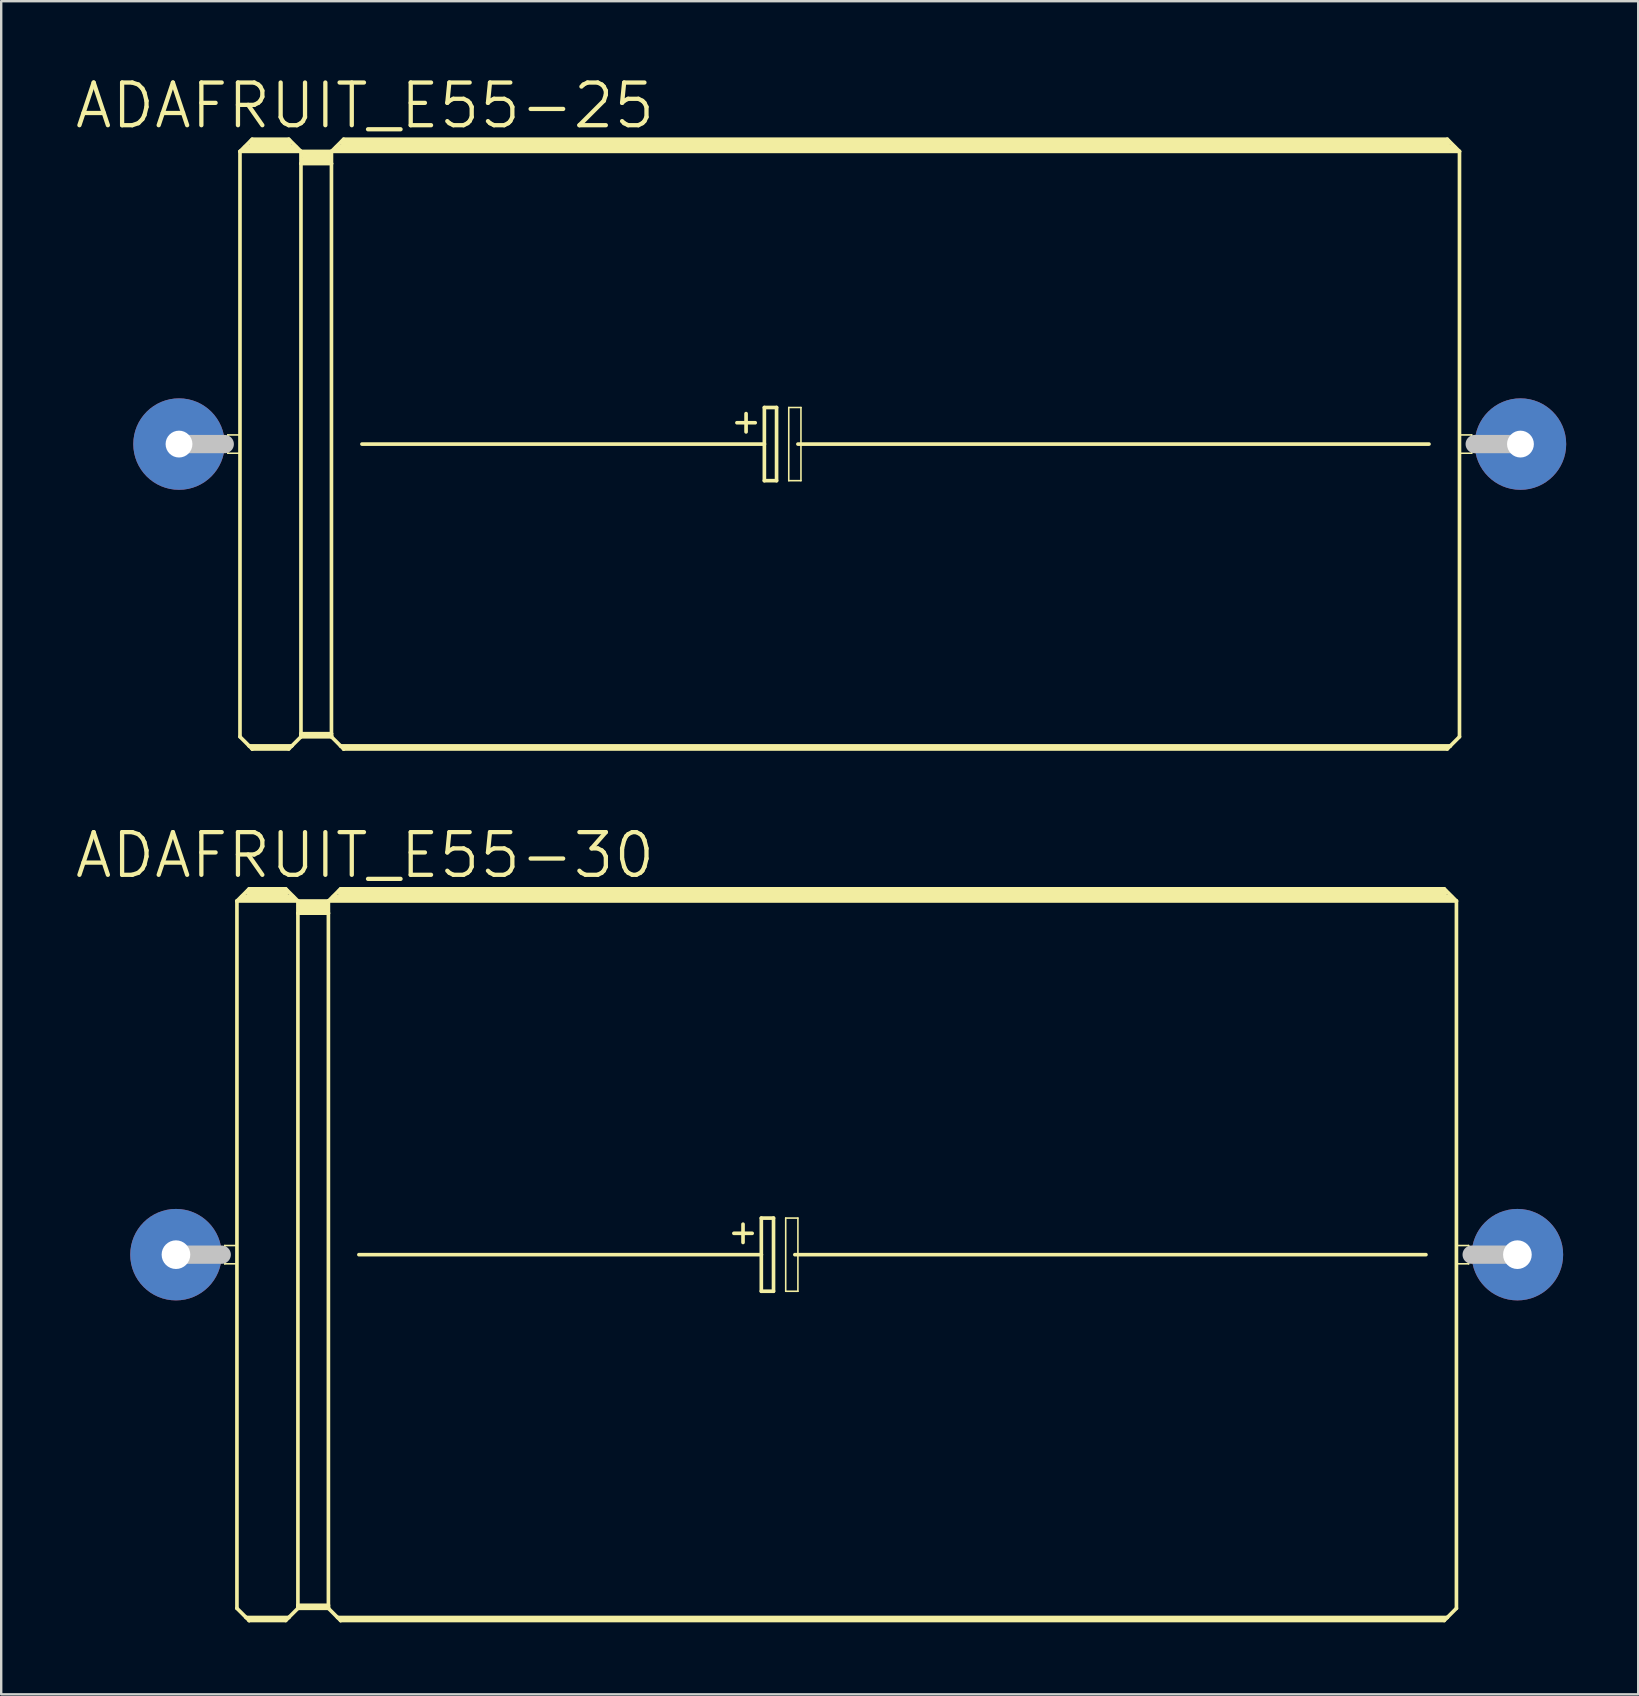
<source format=kicad_pcb>
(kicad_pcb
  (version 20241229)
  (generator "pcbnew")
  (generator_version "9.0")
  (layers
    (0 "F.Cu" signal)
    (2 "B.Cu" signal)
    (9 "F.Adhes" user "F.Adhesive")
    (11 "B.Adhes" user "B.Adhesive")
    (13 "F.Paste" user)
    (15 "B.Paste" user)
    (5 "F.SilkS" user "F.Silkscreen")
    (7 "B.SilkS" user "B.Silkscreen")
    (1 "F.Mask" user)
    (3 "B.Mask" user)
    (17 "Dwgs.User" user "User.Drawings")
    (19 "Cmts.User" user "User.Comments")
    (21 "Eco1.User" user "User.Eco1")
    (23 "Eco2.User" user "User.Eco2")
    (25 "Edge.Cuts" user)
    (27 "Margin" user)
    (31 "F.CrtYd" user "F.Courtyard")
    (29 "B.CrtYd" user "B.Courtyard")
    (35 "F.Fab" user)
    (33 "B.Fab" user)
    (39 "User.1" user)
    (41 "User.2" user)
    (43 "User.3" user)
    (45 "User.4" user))
  (footprint "ADAFRUIT_E55-25"
    (layer "F.Cu")
    (at 32.347 15.449)
    (property "Reference" "ADAFRUIT_E55-25" (at -20.193 -14.097 0) (layer "F.SilkS") (effects (font (size 1.778 1.778) (thickness 0.178))))
    (attr exclude_from_pos_files exclude_from_bom)
    (fp_line (start -25.908 -0.381) (end -25.4 -0.381) (stroke (width 0.066) (type solid)) (layer "F.SilkS"))
    (fp_line (start -25.908 0.381) (end -25.908 -0.381) (stroke (width 0.066) (type solid)) (layer "F.SilkS"))
    (fp_line (start -25.908 0.381) (end -25.4 0.381) (stroke (width 0.066) (type solid)) (layer "F.SilkS"))
    (fp_line (start -25.4 -12.192) (end -25.4 12.192) (stroke (width 0.152) (type solid)) (layer "F.SilkS"))
    (fp_line (start -25.4 -12.192) (end -24.892 -12.7) (stroke (width 0.152) (type solid)) (layer "F.SilkS"))
    (fp_line (start -25.4 -12.192) (end -22.86 -12.192) (stroke (width 0.152) (type solid)) (layer "F.SilkS"))
    (fp_line (start -25.4 0.381) (end -25.4 -0.381) (stroke (width 0.066) (type solid)) (layer "F.SilkS"))
    (fp_line (start -25.4 12.192) (end -25.019 12.573) (stroke (width 0.152) (type solid)) (layer "F.SilkS"))
    (fp_line (start -25.146 -12.319) (end -23.114 -12.319) (stroke (width 0.305) (type solid)) (layer "F.SilkS"))
    (fp_line (start -25.019 12.573) (end -24.892 12.7) (stroke (width 0.152) (type solid)) (layer "F.SilkS"))
    (fp_line (start -25.019 12.573) (end -23.241 12.573) (stroke (width 0.152) (type solid)) (layer "F.SilkS"))
    (fp_line (start -24.892 -12.7) (end -23.368 -12.7) (stroke (width 0.152) (type solid)) (layer "F.SilkS"))
    (fp_line (start -24.892 -12.573) (end -23.368 -12.573) (stroke (width 0.305) (type solid)) (layer "F.SilkS"))
    (fp_line (start -24.892 12.649) (end -23.368 12.649) (stroke (width 0.152) (type solid)) (layer "F.SilkS"))
    (fp_line (start -24.892 12.7) (end -24.892 12.649) (stroke (width 0.152) (type solid)) (layer "F.SilkS"))
    (fp_line (start -24.892 12.7) (end -23.368 12.7) (stroke (width 0.152) (type solid)) (layer "F.SilkS"))
    (fp_line (start -23.368 -12.7) (end -22.86 -12.192) (stroke (width 0.152) (type solid)) (layer "F.SilkS"))
    (fp_line (start -23.368 12.7) (end -23.241 12.573) (stroke (width 0.152) (type solid)) (layer "F.SilkS"))
    (fp_line (start -23.241 12.573) (end -22.86 12.192) (stroke (width 0.152) (type solid)) (layer "F.SilkS"))
    (fp_line (start -22.86 -12.192) (end -21.59 -12.192) (stroke (width 0.152) (type solid)) (layer "F.SilkS"))
    (fp_line (start -22.86 -11.684) (end -22.86 -12.192) (stroke (width 0.152) (type solid)) (layer "F.SilkS"))
    (fp_line (start -22.86 -11.684) (end -21.59 -11.684) (stroke (width 0.152) (type solid)) (layer "F.SilkS"))
    (fp_line (start -22.86 12.065) (end -22.86 -11.684) (stroke (width 0.152) (type solid)) (layer "F.SilkS"))
    (fp_line (start -22.86 12.065) (end -21.59 12.065) (stroke (width 0.152) (type solid)) (layer "F.SilkS"))
    (fp_line (start -22.86 12.141) (end -22.86 12.065) (stroke (width 0.152) (type solid)) (layer "F.SilkS"))
    (fp_line (start -22.86 12.141) (end -21.59 12.141) (stroke (width 0.152) (type solid)) (layer "F.SilkS"))
    (fp_line (start -22.86 12.192) (end -22.86 12.141) (stroke (width 0.152) (type solid)) (layer "F.SilkS"))
    (fp_line (start -22.86 12.192) (end -21.59 12.192) (stroke (width 0.152) (type solid)) (layer "F.SilkS"))
    (fp_line (start -22.733 -12.065) (end -21.717 -12.065) (stroke (width 0.305) (type solid)) (layer "F.SilkS"))
    (fp_line (start -22.733 -11.811) (end -21.717 -11.811) (stroke (width 0.305) (type solid)) (layer "F.SilkS"))
    (fp_line (start -21.59 -12.192) (end -21.082 -12.7) (stroke (width 0.152) (type solid)) (layer "F.SilkS"))
    (fp_line (start -21.59 -12.192) (end 25.4 -12.192) (stroke (width 0.152) (type solid)) (layer "F.SilkS"))
    (fp_line (start -21.59 -11.684) (end -21.59 -12.192) (stroke (width 0.152) (type solid)) (layer "F.SilkS"))
    (fp_line (start -21.59 12.065) (end -21.59 -11.684) (stroke (width 0.152) (type solid)) (layer "F.SilkS"))
    (fp_line (start -21.59 12.141) (end -21.59 12.065) (stroke (width 0.152) (type solid)) (layer "F.SilkS"))
    (fp_line (start -21.59 12.192) (end -21.59 12.141) (stroke (width 0.152) (type solid)) (layer "F.SilkS"))
    (fp_line (start -21.59 12.192) (end -21.209 12.573) (stroke (width 0.152) (type solid)) (layer "F.SilkS"))
    (fp_line (start -21.336 -12.319) (end 25.146 -12.319) (stroke (width 0.305) (type solid)) (layer "F.SilkS"))
    (fp_line (start -21.209 12.573) (end -21.082 12.7) (stroke (width 0.152) (type solid)) (layer "F.SilkS"))
    (fp_line (start -21.209 12.573) (end 25.019 12.573) (stroke (width 0.152) (type solid)) (layer "F.SilkS"))
    (fp_line (start -21.082 -12.7) (end 24.892 -12.7) (stroke (width 0.152) (type solid)) (layer "F.SilkS"))
    (fp_line (start -21.082 -12.573) (end 24.892 -12.573) (stroke (width 0.305) (type solid)) (layer "F.SilkS"))
    (fp_line (start -21.082 12.649) (end 24.892 12.649) (stroke (width 0.152) (type solid)) (layer "F.SilkS"))
    (fp_line (start -21.082 12.7) (end -21.082 12.649) (stroke (width 0.152) (type solid)) (layer "F.SilkS"))
    (fp_line (start -21.082 12.7) (end 24.892 12.7) (stroke (width 0.152) (type solid)) (layer "F.SilkS"))
    (fp_line (start -20.32 0) (end -3.556 0) (stroke (width 0.152) (type solid)) (layer "F.SilkS"))
    (fp_line (start -4.699 -0.889) (end -3.937 -0.889) (stroke (width 0.152) (type solid)) (layer "F.SilkS"))
    (fp_line (start -4.318 -1.27) (end -4.318 -0.508) (stroke (width 0.152) (type solid)) (layer "F.SilkS"))
    (fp_line (start -3.556 -1.524) (end -3.556 0) (stroke (width 0.152) (type solid)) (layer "F.SilkS"))
    (fp_line (start -3.556 0) (end -3.556 1.524) (stroke (width 0.152) (type solid)) (layer "F.SilkS"))
    (fp_line (start -3.556 1.524) (end -3.048 1.524) (stroke (width 0.152) (type solid)) (layer "F.SilkS"))
    (fp_line (start -3.048 -1.524) (end -3.556 -1.524) (stroke (width 0.152) (type solid)) (layer "F.SilkS"))
    (fp_line (start -3.048 1.524) (end -3.048 -1.524) (stroke (width 0.152) (type solid)) (layer "F.SilkS"))
    (fp_line (start -2.54 -1.524) (end -2.032 -1.524) (stroke (width 0.066) (type solid)) (layer "F.SilkS"))
    (fp_line (start -2.54 1.524) (end -2.54 -1.524) (stroke (width 0.066) (type solid)) (layer "F.SilkS"))
    (fp_line (start -2.54 1.524) (end -2.032 1.524) (stroke (width 0.066) (type solid)) (layer "F.SilkS"))
    (fp_line (start -2.159 0) (end 24.13 0) (stroke (width 0.152) (type solid)) (layer "F.SilkS"))
    (fp_line (start -2.032 1.524) (end -2.032 -1.524) (stroke (width 0.066) (type solid)) (layer "F.SilkS"))
    (fp_line (start 24.892 -12.7) (end 25.4 -12.192) (stroke (width 0.152) (type solid)) (layer "F.SilkS"))
    (fp_line (start 24.892 12.7) (end 25.019 12.573) (stroke (width 0.152) (type solid)) (layer "F.SilkS"))
    (fp_line (start 25.019 12.573) (end 25.4 12.192) (stroke (width 0.152) (type solid)) (layer "F.SilkS"))
    (fp_line (start 25.4 -12.192) (end 25.4 12.192) (stroke (width 0.152) (type solid)) (layer "F.SilkS"))
    (fp_line (start 25.4 -0.381) (end 25.908 -0.381) (stroke (width 0.066) (type solid)) (layer "F.SilkS"))
    (fp_line (start 25.4 0.381) (end 25.4 -0.381) (stroke (width 0.066) (type solid)) (layer "F.SilkS"))
    (fp_line (start 25.4 0.381) (end 25.908 0.381) (stroke (width 0.066) (type solid)) (layer "F.SilkS"))
    (fp_line (start 25.908 0.381) (end 25.908 -0.381) (stroke (width 0.066) (type solid)) (layer "F.SilkS"))
    (fp_line (start -27.94 0) (end -26.035 0) (stroke (width 0.762) (type solid)) (layer "Dwgs.User"))
    (fp_line (start 27.94 0) (end 26.035 0) (stroke (width 0.762) (type solid)) (layer "Dwgs.User"))
    (pad "+" thru_hole circle (at -27.94 0) (size 3.81 3.81) (drill 1.118) (layers "*.Cu" "*.Paste" "*.Mask"))
    (pad "-" thru_hole circle (at 27.94 0) (size 3.81 3.81) (drill 1.118) (layers "*.Cu" "*.Paste" "*.Mask")))
  (footprint "ADAFRUIT_E55-30"
    (layer "F.Cu")
    (at 32.22 49.215)
    (property "Reference" "ADAFRUIT_E55-30" (at -20.066 -16.637 0) (layer "F.SilkS") (effects (font (size 1.778 1.778) (thickness 0.178))))
    (attr exclude_from_pos_files exclude_from_bom)
    (fp_line (start -25.908 -0.381) (end -25.4 -0.381) (stroke (width 0.066) (type solid)) (layer "F.SilkS"))
    (fp_line (start -25.908 0.381) (end -25.908 -0.381) (stroke (width 0.066) (type solid)) (layer "F.SilkS"))
    (fp_line (start -25.908 0.381) (end -25.4 0.381) (stroke (width 0.066) (type solid)) (layer "F.SilkS"))
    (fp_line (start -25.4 -14.732) (end -25.4 14.732) (stroke (width 0.152) (type solid)) (layer "F.SilkS"))
    (fp_line (start -25.4 -14.732) (end -24.892 -15.24) (stroke (width 0.152) (type solid)) (layer "F.SilkS"))
    (fp_line (start -25.4 -14.732) (end -22.86 -14.732) (stroke (width 0.152) (type solid)) (layer "F.SilkS"))
    (fp_line (start -25.4 0.381) (end -25.4 -0.381) (stroke (width 0.066) (type solid)) (layer "F.SilkS"))
    (fp_line (start -25.4 14.732) (end -25.019 15.113) (stroke (width 0.152) (type solid)) (layer "F.SilkS"))
    (fp_line (start -25.146 -14.859) (end -23.114 -14.859) (stroke (width 0.305) (type solid)) (layer "F.SilkS"))
    (fp_line (start -25.019 15.113) (end -24.892 15.24) (stroke (width 0.152) (type solid)) (layer "F.SilkS"))
    (fp_line (start -25.019 15.113) (end -23.241 15.113) (stroke (width 0.152) (type solid)) (layer "F.SilkS"))
    (fp_line (start -24.892 -15.24) (end -23.368 -15.24) (stroke (width 0.152) (type solid)) (layer "F.SilkS"))
    (fp_line (start -24.892 -15.113) (end -23.368 -15.113) (stroke (width 0.305) (type solid)) (layer "F.SilkS"))
    (fp_line (start -24.892 15.189) (end -23.368 15.189) (stroke (width 0.152) (type solid)) (layer "F.SilkS"))
    (fp_line (start -24.892 15.24) (end -24.892 15.189) (stroke (width 0.152) (type solid)) (layer "F.SilkS"))
    (fp_line (start -24.892 15.24) (end -23.368 15.24) (stroke (width 0.152) (type solid)) (layer "F.SilkS"))
    (fp_line (start -23.368 -15.24) (end -22.86 -14.732) (stroke (width 0.152) (type solid)) (layer "F.SilkS"))
    (fp_line (start -23.368 15.24) (end -23.241 15.113) (stroke (width 0.152) (type solid)) (layer "F.SilkS"))
    (fp_line (start -23.241 15.113) (end -22.86 14.732) (stroke (width 0.152) (type solid)) (layer "F.SilkS"))
    (fp_line (start -22.86 -14.732) (end -21.59 -14.732) (stroke (width 0.152) (type solid)) (layer "F.SilkS"))
    (fp_line (start -22.86 -14.224) (end -22.86 -14.732) (stroke (width 0.152) (type solid)) (layer "F.SilkS"))
    (fp_line (start -22.86 -14.224) (end -21.59 -14.224) (stroke (width 0.152) (type solid)) (layer "F.SilkS"))
    (fp_line (start -22.86 14.605) (end -22.86 -14.224) (stroke (width 0.152) (type solid)) (layer "F.SilkS"))
    (fp_line (start -22.86 14.605) (end -21.59 14.605) (stroke (width 0.152) (type solid)) (layer "F.SilkS"))
    (fp_line (start -22.86 14.681) (end -22.86 14.605) (stroke (width 0.152) (type solid)) (layer "F.SilkS"))
    (fp_line (start -22.86 14.681) (end -21.59 14.681) (stroke (width 0.152) (type solid)) (layer "F.SilkS"))
    (fp_line (start -22.86 14.732) (end -22.86 14.681) (stroke (width 0.152) (type solid)) (layer "F.SilkS"))
    (fp_line (start -22.86 14.732) (end -21.59 14.732) (stroke (width 0.152) (type solid)) (layer "F.SilkS"))
    (fp_line (start -22.733 -14.605) (end -21.717 -14.605) (stroke (width 0.305) (type solid)) (layer "F.SilkS"))
    (fp_line (start -22.733 -14.348) (end -21.717 -14.348) (stroke (width 0.305) (type solid)) (layer "F.SilkS"))
    (fp_line (start -21.59 -14.732) (end -21.082 -15.24) (stroke (width 0.152) (type solid)) (layer "F.SilkS"))
    (fp_line (start -21.59 -14.732) (end 25.4 -14.732) (stroke (width 0.152) (type solid)) (layer "F.SilkS"))
    (fp_line (start -21.59 -14.224) (end -21.59 -14.732) (stroke (width 0.152) (type solid)) (layer "F.SilkS"))
    (fp_line (start -21.59 14.605) (end -21.59 -14.224) (stroke (width 0.152) (type solid)) (layer "F.SilkS"))
    (fp_line (start -21.59 14.681) (end -21.59 14.605) (stroke (width 0.152) (type solid)) (layer "F.SilkS"))
    (fp_line (start -21.59 14.732) (end -21.59 14.681) (stroke (width 0.152) (type solid)) (layer "F.SilkS"))
    (fp_line (start -21.59 14.732) (end -21.209 15.113) (stroke (width 0.152) (type solid)) (layer "F.SilkS"))
    (fp_line (start -21.336 -14.859) (end 25.146 -14.859) (stroke (width 0.305) (type solid)) (layer "F.SilkS"))
    (fp_line (start -21.209 15.113) (end -21.082 15.24) (stroke (width 0.152) (type solid)) (layer "F.SilkS"))
    (fp_line (start -21.209 15.113) (end 25.019 15.113) (stroke (width 0.152) (type solid)) (layer "F.SilkS"))
    (fp_line (start -21.082 -15.24) (end 24.892 -15.24) (stroke (width 0.152) (type solid)) (layer "F.SilkS"))
    (fp_line (start -21.082 -15.113) (end 24.892 -15.113) (stroke (width 0.305) (type solid)) (layer "F.SilkS"))
    (fp_line (start -21.082 15.189) (end 24.892 15.189) (stroke (width 0.152) (type solid)) (layer "F.SilkS"))
    (fp_line (start -21.082 15.24) (end -21.082 15.189) (stroke (width 0.152) (type solid)) (layer "F.SilkS"))
    (fp_line (start -21.082 15.24) (end 24.892 15.24) (stroke (width 0.152) (type solid)) (layer "F.SilkS"))
    (fp_line (start -20.32 0) (end -3.556 0) (stroke (width 0.152) (type solid)) (layer "F.SilkS"))
    (fp_line (start -4.699 -0.889) (end -3.937 -0.889) (stroke (width 0.152) (type solid)) (layer "F.SilkS"))
    (fp_line (start -4.318 -1.27) (end -4.318 -0.508) (stroke (width 0.152) (type solid)) (layer "F.SilkS"))
    (fp_line (start -3.556 -1.524) (end -3.556 0) (stroke (width 0.152) (type solid)) (layer "F.SilkS"))
    (fp_line (start -3.556 0) (end -3.556 1.524) (stroke (width 0.152) (type solid)) (layer "F.SilkS"))
    (fp_line (start -3.556 1.524) (end -3.048 1.524) (stroke (width 0.152) (type solid)) (layer "F.SilkS"))
    (fp_line (start -3.048 -1.524) (end -3.556 -1.524) (stroke (width 0.152) (type solid)) (layer "F.SilkS"))
    (fp_line (start -3.048 1.524) (end -3.048 -1.524) (stroke (width 0.152) (type solid)) (layer "F.SilkS"))
    (fp_line (start -2.54 -1.524) (end -2.032 -1.524) (stroke (width 0.066) (type solid)) (layer "F.SilkS"))
    (fp_line (start -2.54 1.524) (end -2.54 -1.524) (stroke (width 0.066) (type solid)) (layer "F.SilkS"))
    (fp_line (start -2.54 1.524) (end -2.032 1.524) (stroke (width 0.066) (type solid)) (layer "F.SilkS"))
    (fp_line (start -2.159 0) (end 24.13 0) (stroke (width 0.152) (type solid)) (layer "F.SilkS"))
    (fp_line (start -2.032 1.524) (end -2.032 -1.524) (stroke (width 0.066) (type solid)) (layer "F.SilkS"))
    (fp_line (start 24.892 -15.24) (end 25.4 -14.732) (stroke (width 0.152) (type solid)) (layer "F.SilkS"))
    (fp_line (start 24.892 15.24) (end 25.019 15.113) (stroke (width 0.152) (type solid)) (layer "F.SilkS"))
    (fp_line (start 25.019 15.113) (end 25.4 14.732) (stroke (width 0.152) (type solid)) (layer "F.SilkS"))
    (fp_line (start 25.4 -14.732) (end 25.4 14.732) (stroke (width 0.152) (type solid)) (layer "F.SilkS"))
    (fp_line (start 25.4 -0.381) (end 25.908 -0.381) (stroke (width 0.066) (type solid)) (layer "F.SilkS"))
    (fp_line (start 25.4 0.381) (end 25.4 -0.381) (stroke (width 0.066) (type solid)) (layer "F.SilkS"))
    (fp_line (start 25.4 0.381) (end 25.908 0.381) (stroke (width 0.066) (type solid)) (layer "F.SilkS"))
    (fp_line (start 25.908 0.381) (end 25.908 -0.381) (stroke (width 0.066) (type solid)) (layer "F.SilkS"))
    (fp_line (start -27.94 0) (end -26.035 0) (stroke (width 0.762) (type solid)) (layer "Dwgs.User"))
    (fp_line (start 27.94 0) (end 26.035 0) (stroke (width 0.762) (type solid)) (layer "Dwgs.User"))
    (pad "+" thru_hole circle (at -27.94 0) (size 3.81 3.81) (drill 1.194) (layers "*.Cu" "*.Paste" "*.Mask"))
    (pad "-" thru_hole circle (at 27.94 0) (size 3.81 3.81) (drill 1.194) (layers "*.Cu" "*.Paste" "*.Mask")))
  (gr_rect
    (start -3 -3)
    (end 65.192 67.531)
    (stroke (width 0.1) (type default))
    (fill no)
    (layer "Edge.Cuts")))
</source>
